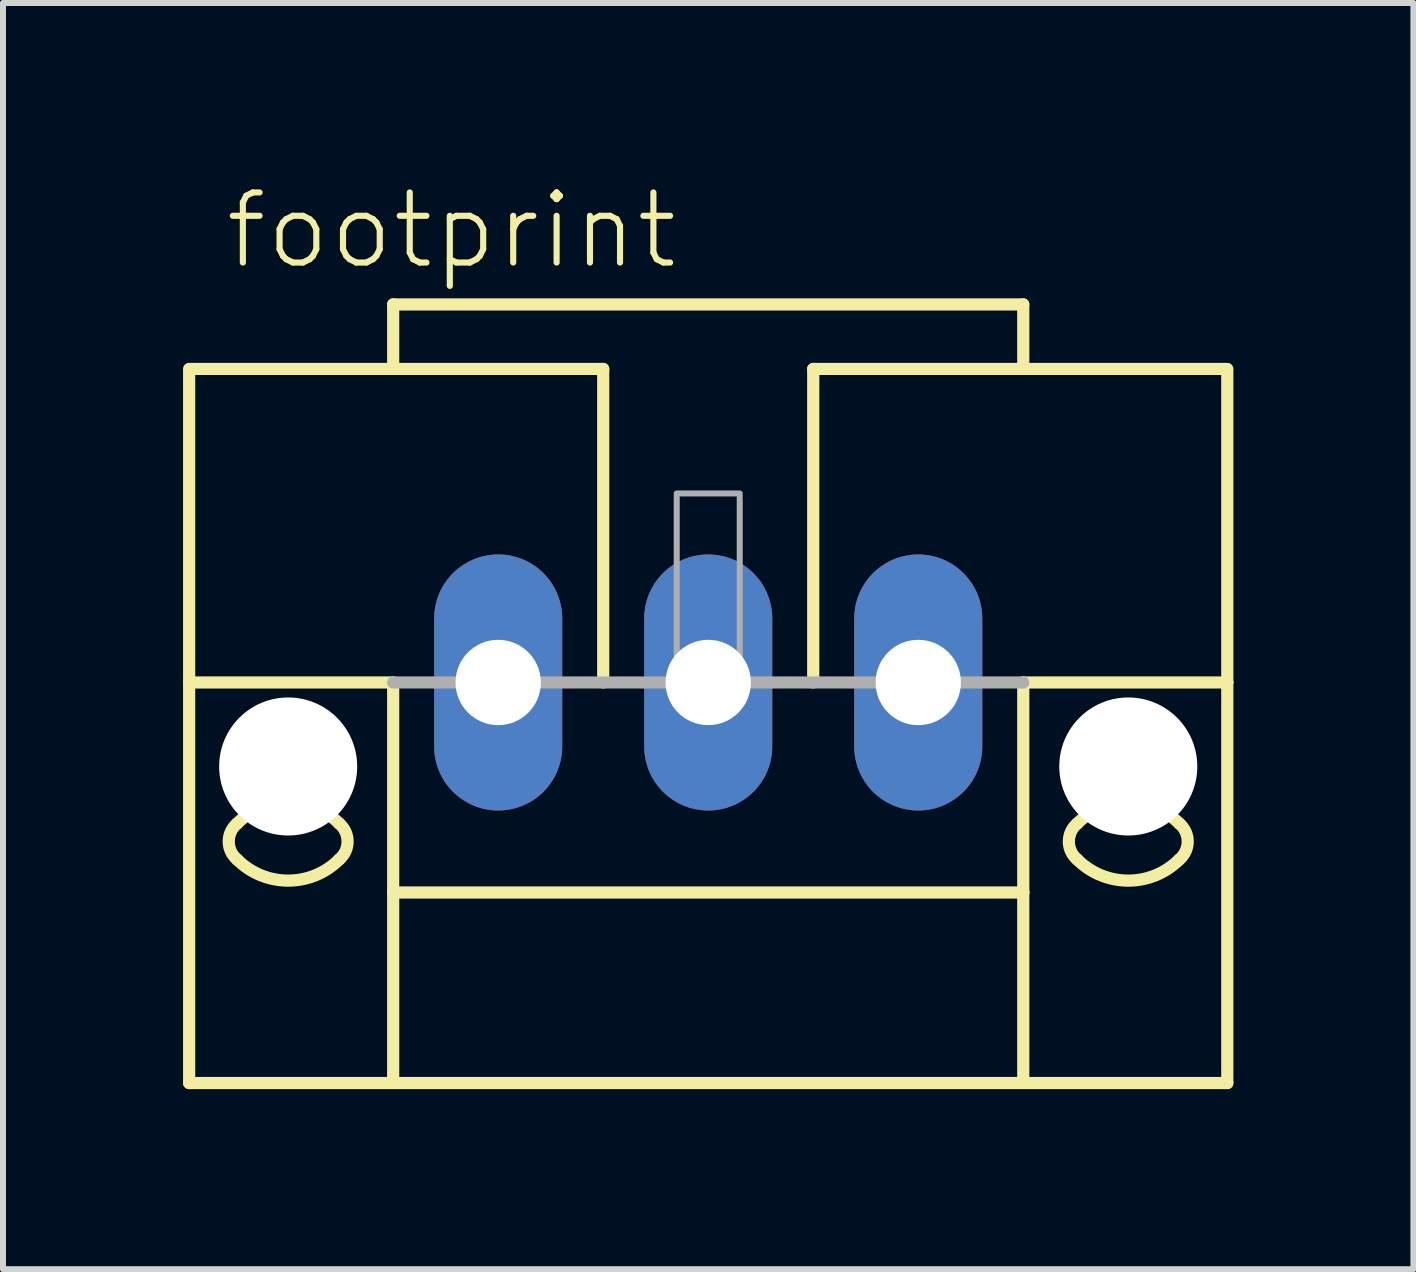
<source format=kicad_pcb>
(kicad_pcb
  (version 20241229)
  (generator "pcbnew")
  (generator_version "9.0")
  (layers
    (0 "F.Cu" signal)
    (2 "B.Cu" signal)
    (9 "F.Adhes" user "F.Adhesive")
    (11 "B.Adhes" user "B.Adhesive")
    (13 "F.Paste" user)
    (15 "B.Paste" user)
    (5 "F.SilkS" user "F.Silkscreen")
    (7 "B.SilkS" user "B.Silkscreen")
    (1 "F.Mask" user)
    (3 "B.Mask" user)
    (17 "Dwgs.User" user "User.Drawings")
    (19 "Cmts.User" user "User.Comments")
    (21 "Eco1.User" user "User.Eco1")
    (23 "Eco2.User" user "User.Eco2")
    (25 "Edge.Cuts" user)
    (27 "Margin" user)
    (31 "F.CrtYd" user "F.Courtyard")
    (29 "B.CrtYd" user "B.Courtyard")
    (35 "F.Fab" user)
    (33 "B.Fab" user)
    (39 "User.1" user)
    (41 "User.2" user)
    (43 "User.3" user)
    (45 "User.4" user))
  (footprint "footprint"
    (layer "F.Cu")
    (at 8.752 8.323)
    (property "Reference" "footprint" (at -8.1 -6.85 0) (layer "F.SilkS") (effects (font (size 1.168 1.168) (thickness 0.102)) (justify left bottom)))
    (fp_line (start -8.65 -5.225) (end -1.75 -5.225) (stroke (width 0.203) (type solid)) (layer "F.SilkS"))
    (fp_line (start -8.65 -5.2) (end -8.65 0) (stroke (width 0.203) (type solid)) (layer "F.SilkS"))
    (fp_line (start -8.65 0) (end -8.65 6.675) (stroke (width 0.203) (type solid)) (layer "F.SilkS"))
    (fp_line (start -8.65 0) (end -5.25 0) (stroke (width 0.203) (type solid)) (layer "F.SilkS"))
    (fp_line (start -8.65 6.675) (end 8.65 6.675) (stroke (width 0.203) (type solid)) (layer "F.SilkS"))
    (fp_line (start -5.25 -6.3) (end 5.25 -6.3) (stroke (width 0.203) (type solid)) (layer "F.SilkS"))
    (fp_line (start -5.25 -5.3) (end -5.25 -6.3) (stroke (width 0.203) (type solid)) (layer "F.SilkS"))
    (fp_line (start -5.25 0) (end -5.25 3.5) (stroke (width 0.203) (type solid)) (layer "F.SilkS"))
    (fp_line (start -5.25 3.5) (end 5.25 3.5) (stroke (width 0.203) (type solid)) (layer "F.SilkS"))
    (fp_line (start -5.25 6.65) (end -5.25 3.5) (stroke (width 0.203) (type solid)) (layer "F.SilkS"))
    (fp_line (start -1.75 -5.225) (end -1.75 -5.2) (stroke (width 0.203) (type solid)) (layer "F.SilkS"))
    (fp_line (start -1.75 -5.175) (end -1.75 0) (stroke (width 0.203) (type solid)) (layer "F.SilkS"))
    (fp_line (start 1.75 -5.225) (end 8.65 -5.225) (stroke (width 0.203) (type solid)) (layer "F.SilkS"))
    (fp_line (start 1.75 -5.2) (end 1.75 -5.225) (stroke (width 0.203) (type solid)) (layer "F.SilkS"))
    (fp_line (start 1.75 0) (end 1.75 -5.175) (stroke (width 0.203) (type solid)) (layer "F.SilkS"))
    (fp_line (start 5.25 -6.3) (end 5.25 -5.3) (stroke (width 0.203) (type solid)) (layer "F.SilkS"))
    (fp_line (start 5.25 3.5) (end 5.25 0) (stroke (width 0.203) (type solid)) (layer "F.SilkS"))
    (fp_line (start 5.25 6.65) (end 5.25 3.5) (stroke (width 0.203) (type solid)) (layer "F.SilkS"))
    (fp_line (start 8.65 0) (end 5.25 0) (stroke (width 0.203) (type solid)) (layer "F.SilkS"))
    (fp_line (start 8.65 0) (end 8.65 -5.2) (stroke (width 0.203) (type solid)) (layer "F.SilkS"))
    (fp_line (start 8.65 6.675) (end 8.65 0) (stroke (width 0.203) (type solid)) (layer "F.SilkS"))
    (fp_arc (start -7.85 2.35) (mid -7 1.997918) (end -6.15 2.35) (stroke (width 0.2032) (type solid)) (layer "F.SilkS"))
    (fp_arc (start -7.85 2.95) (mid -7.990512 2.65) (end -7.85 2.35) (stroke (width 0.2032) (type solid)) (layer "F.SilkS"))
    (fp_arc (start -6.15 2.95) (mid -7 3.302082) (end -7.85 2.95) (stroke (width 0.2032) (type solid)) (layer "F.SilkS"))
    (fp_arc (start -6.149999 2.350001) (mid -6.009487 2.650001) (end -6.15 2.95) (stroke (width 0.2032) (type solid)) (layer "F.SilkS"))
    (fp_arc (start 6.149999 2.949999) (mid 6.009487 2.649999) (end 6.15 2.35) (stroke (width 0.2032) (type solid)) (layer "F.SilkS"))
    (fp_arc (start 6.15 2.35) (mid 7 1.997918) (end 7.85 2.35) (stroke (width 0.2032) (type solid)) (layer "F.SilkS"))
    (fp_arc (start 7.85 2.35) (mid 7.990512 2.65) (end 7.85 2.95) (stroke (width 0.2032) (type solid)) (layer "F.SilkS"))
    (fp_arc (start 7.85 2.95) (mid 7 3.302082) (end 6.15 2.95) (stroke (width 0.2032) (type solid)) (layer "F.SilkS"))
    (fp_line (start 5.25 0) (end -5.25 0) (stroke (width 0.203) (type solid)) (layer "F.Fab"))
    (fp_poly (pts (xy -0.525 0) (xy 0.525 0) (xy 0.525 -3.15) (xy -0.525 -3.15)) (stroke (width 0.1) (type solid)) (fill no) (layer "F.Fab"))
    (pad "" np_thru_hole circle (at -7 1.4) (size 2.3 2.3) (drill 2.3) (layers "*.Cu" "*.Mask"))
    (pad "" np_thru_hole circle (at 7 1.4) (size 2.3 2.3) (drill 2.3) (layers "*.Cu" "*.Mask"))
    (pad "1" thru_hole oval (at -3.5 0 90) (size 4.267 2.134) (drill 1.422) (layers "*.Cu" "*.Mask"))
    (pad "2" thru_hole oval (at 0 0 90) (size 4.267 2.134) (drill 1.422) (layers "*.Cu" "*.Mask"))
    (pad "3" thru_hole oval (at 3.5 0 90) (size 4.267 2.134) (drill 1.422) (layers "*.Cu" "*.Mask")))
  (gr_rect
    (start -3 -3)
    (end 20.503 18.1)
    (stroke (width 0.1) (type default))
    (fill no)
    (layer "Edge.Cuts")))
</source>
